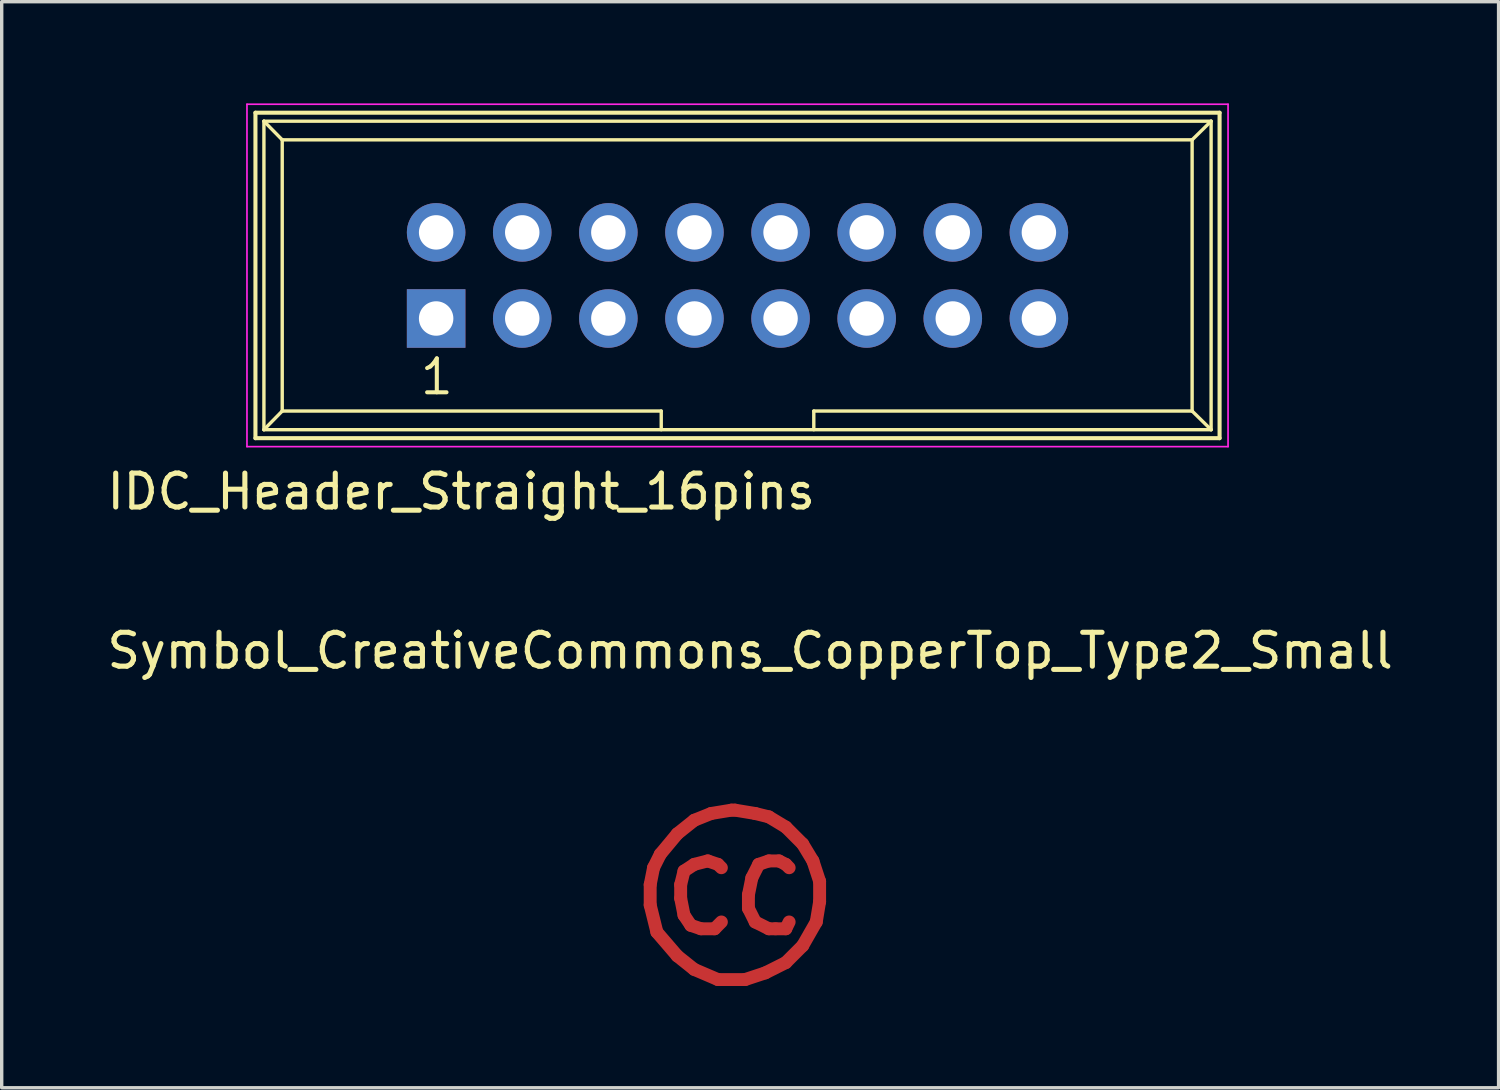
<source format=kicad_pcb>
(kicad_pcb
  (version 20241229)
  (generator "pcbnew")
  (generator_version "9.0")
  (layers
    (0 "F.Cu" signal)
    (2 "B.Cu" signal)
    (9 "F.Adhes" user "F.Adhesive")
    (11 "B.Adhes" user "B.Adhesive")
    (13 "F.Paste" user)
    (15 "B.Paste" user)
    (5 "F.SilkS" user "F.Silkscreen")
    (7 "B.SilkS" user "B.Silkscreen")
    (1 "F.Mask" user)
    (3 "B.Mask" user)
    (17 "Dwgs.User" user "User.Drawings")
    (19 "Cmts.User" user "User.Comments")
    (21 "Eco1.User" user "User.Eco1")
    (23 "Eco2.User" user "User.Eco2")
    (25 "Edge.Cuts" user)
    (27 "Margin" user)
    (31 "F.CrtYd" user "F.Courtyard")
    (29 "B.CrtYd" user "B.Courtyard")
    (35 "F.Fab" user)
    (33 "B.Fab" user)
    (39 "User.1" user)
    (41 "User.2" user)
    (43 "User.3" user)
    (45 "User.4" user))
  (footprint "IDC_Header_Straight_16pins"
    (layer "F.Cu")
    (at 9.815 6.345)
    (property "Reference" "IDC_Header_Straight_16pins" (at 0.739 5.105 0) (layer "F.SilkS") (effects (font (size 1 1) (thickness 0.15))))
    (attr through_hole)
    (fp_line (start -5.33 -6.07) (end 23.11 -6.07) (stroke (width 0.12) (type solid)) (layer "F.SilkS"))
    (fp_line (start -5.33 3.53) (end -5.33 -6.07) (stroke (width 0.12) (type solid)) (layer "F.SilkS"))
    (fp_line (start -5.08 -5.82) (end -5.08 3.28) (stroke (width 0.1) (type solid)) (layer "F.SilkS"))
    (fp_line (start -5.08 -5.82) (end -4.54 -5.27) (stroke (width 0.1) (type solid)) (layer "F.SilkS"))
    (fp_line (start -5.08 -5.82) (end 22.86 -5.82) (stroke (width 0.1) (type solid)) (layer "F.SilkS"))
    (fp_line (start -5.08 3.28) (end -4.54 2.73) (stroke (width 0.1) (type solid)) (layer "F.SilkS"))
    (fp_line (start -5.08 3.28) (end 22.86 3.28) (stroke (width 0.1) (type solid)) (layer "F.SilkS"))
    (fp_line (start -4.54 -5.27) (end -4.54 2.73) (stroke (width 0.1) (type solid)) (layer "F.SilkS"))
    (fp_line (start -4.54 -5.27) (end 22.3 -5.27) (stroke (width 0.1) (type solid)) (layer "F.SilkS"))
    (fp_line (start -4.54 2.73) (end 6.64 2.73) (stroke (width 0.1) (type solid)) (layer "F.SilkS"))
    (fp_line (start 6.64 2.73) (end 6.64 3.28) (stroke (width 0.1) (type solid)) (layer "F.SilkS"))
    (fp_line (start 11.14 2.73) (end 11.14 3.28) (stroke (width 0.1) (type solid)) (layer "F.SilkS"))
    (fp_line (start 11.14 2.73) (end 22.3 2.73) (stroke (width 0.1) (type solid)) (layer "F.SilkS"))
    (fp_line (start 22.3 -5.27) (end 22.3 2.73) (stroke (width 0.1) (type solid)) (layer "F.SilkS"))
    (fp_line (start 22.86 -5.82) (end 22.3 -5.27) (stroke (width 0.1) (type solid)) (layer "F.SilkS"))
    (fp_line (start 22.86 -5.82) (end 22.86 3.28) (stroke (width 0.1) (type solid)) (layer "F.SilkS"))
    (fp_line (start 22.86 3.28) (end 22.3 2.73) (stroke (width 0.1) (type solid)) (layer "F.SilkS"))
    (fp_line (start 23.11 -6.07) (end 23.11 3.53) (stroke (width 0.12) (type solid)) (layer "F.SilkS"))
    (fp_line (start 23.11 3.53) (end -5.33 3.53) (stroke (width 0.12) (type solid)) (layer "F.SilkS"))
    (fp_line (start -5.58 -6.32) (end 23.36 -6.32) (stroke (width 0.05) (type solid)) (layer "F.CrtYd"))
    (fp_line (start -5.58 3.78) (end -5.58 -6.32) (stroke (width 0.05) (type solid)) (layer "F.CrtYd"))
    (fp_line (start 23.36 -6.32) (end 23.36 3.78) (stroke (width 0.05) (type solid)) (layer "F.CrtYd"))
    (fp_line (start 23.36 3.78) (end -5.58 3.78) (stroke (width 0.05) (type solid)) (layer "F.CrtYd"))
    (fp_text user "1" (at 0.02 1.72 0) (layer "F.SilkS") (effects (font (size 1 1) (thickness 0.12))))
    (pad "1" thru_hole rect (at 0 0) (size 1.727 1.727) (drill 1.016) (layers "*.Cu" "*.Mask"))
    (pad "2" thru_hole oval (at 0 -2.54) (size 1.727 1.727) (drill 1.016) (layers "*.Cu" "*.Mask"))
    (pad "3" thru_hole oval (at 2.54 0) (size 1.727 1.727) (drill 1.016) (layers "*.Cu" "*.Mask"))
    (pad "4" thru_hole oval (at 2.54 -2.54) (size 1.727 1.727) (drill 1.016) (layers "*.Cu" "*.Mask"))
    (pad "5" thru_hole oval (at 5.08 0) (size 1.727 1.727) (drill 1.016) (layers "*.Cu" "*.Mask"))
    (pad "6" thru_hole oval (at 5.08 -2.54) (size 1.727 1.727) (drill 1.016) (layers "*.Cu" "*.Mask"))
    (pad "7" thru_hole oval (at 7.62 0) (size 1.727 1.727) (drill 1.016) (layers "*.Cu" "*.Mask"))
    (pad "8" thru_hole oval (at 7.62 -2.54) (size 1.727 1.727) (drill 1.016) (layers "*.Cu" "*.Mask"))
    (pad "9" thru_hole oval (at 10.16 0) (size 1.727 1.727) (drill 1.016) (layers "*.Cu" "*.Mask"))
    (pad "10" thru_hole oval (at 10.16 -2.54) (size 1.727 1.727) (drill 1.016) (layers "*.Cu" "*.Mask"))
    (pad "11" thru_hole oval (at 12.7 0) (size 1.727 1.727) (drill 1.016) (layers "*.Cu" "*.Mask"))
    (pad "12" thru_hole oval (at 12.7 -2.54) (size 1.727 1.727) (drill 1.016) (layers "*.Cu" "*.Mask"))
    (pad "13" thru_hole oval (at 15.24 0) (size 1.727 1.727) (drill 1.016) (layers "*.Cu" "*.Mask"))
    (pad "14" thru_hole oval (at 15.24 -2.54) (size 1.727 1.727) (drill 1.016) (layers "*.Cu" "*.Mask"))
    (pad "15" thru_hole oval (at 17.78 0) (size 1.727 1.727) (drill 1.016) (layers "*.Cu" "*.Mask"))
    (pad "16" thru_hole oval (at 17.78 -2.54) (size 1.727 1.727) (drill 1.016) (layers "*.Cu" "*.Mask")))
  (footprint "Symbol_CreativeCommons_CopperTop_Type2_Small"
    (layer "F.Cu")
    (at 18.478 23.446)
    (property "Reference" "Symbol_CreativeCommons_CopperTop_Type2_Small" (at 0.599 -7.3 0) (layer "F.SilkS") (effects (font (size 1 1) (thickness 0.15))))
    (attr through_hole)
    (fp_line (start -2.349 -0.4) (end -2.349 0.2) (stroke (width 0.381) (type solid)) (layer "F.Cu"))
    (fp_line (start -2.349 0.2) (end -2.151 1) (stroke (width 0.381) (type solid)) (layer "F.Cu"))
    (fp_line (start -2.25 -0.9) (end -2.349 -0.4) (stroke (width 0.381) (type solid)) (layer "F.Cu"))
    (fp_line (start -2.151 1) (end -1.549 1.701) (stroke (width 0.381) (type solid)) (layer "F.Cu"))
    (fp_line (start -2.05 -1.299) (end -2.25 -0.9) (stroke (width 0.381) (type solid)) (layer "F.Cu"))
    (fp_line (start -1.549 -1.901) (end -2.05 -1.299) (stroke (width 0.381) (type solid)) (layer "F.Cu"))
    (fp_line (start -1.549 1.701) (end -1.049 2.1) (stroke (width 0.381) (type solid)) (layer "F.Cu"))
    (fp_line (start -1.45 -0.4) (end -1.45 -0.001) (stroke (width 0.381) (type solid)) (layer "F.Cu"))
    (fp_line (start -1.45 -0.001) (end -1.351 0.499) (stroke (width 0.381) (type solid)) (layer "F.Cu"))
    (fp_line (start -1.351 -0.801) (end -1.45 -0.4) (stroke (width 0.381) (type solid)) (layer "F.Cu"))
    (fp_line (start -1.351 0.499) (end -1.15 0.799) (stroke (width 0.381) (type solid)) (layer "F.Cu"))
    (fp_line (start -1.15 0.799) (end -0.851 0.901) (stroke (width 0.381) (type solid)) (layer "F.Cu"))
    (fp_line (start -1.049 -2.3) (end -1.549 -1.901) (stroke (width 0.381) (type solid)) (layer "F.Cu"))
    (fp_line (start -1.049 -0.999) (end -1.351 -0.801) (stroke (width 0.381) (type solid)) (layer "F.Cu"))
    (fp_line (start -1.049 2.1) (end -0.35 2.399) (stroke (width 0.381) (type solid)) (layer "F.Cu"))
    (fp_line (start -0.851 0.901) (end -0.449 0.901) (stroke (width 0.381) (type solid)) (layer "F.Cu"))
    (fp_line (start -0.65 -1.101) (end -1.049 -0.999) (stroke (width 0.381) (type solid)) (layer "F.Cu"))
    (fp_line (start -0.551 -2.5) (end -1.049 -2.3) (stroke (width 0.381) (type solid)) (layer "F.Cu"))
    (fp_line (start -0.449 0.901) (end -0.249 0.7) (stroke (width 0.381) (type solid)) (layer "F.Cu"))
    (fp_line (start -0.35 -0.999) (end -0.65 -1.101) (stroke (width 0.381) (type solid)) (layer "F.Cu"))
    (fp_line (start -0.35 2.399) (end 0.45 2.399) (stroke (width 0.381) (type solid)) (layer "F.Cu"))
    (fp_line (start -0.249 -0.9) (end -0.35 -0.999) (stroke (width 0.381) (type solid)) (layer "F.Cu"))
    (fp_line (start 0.051 -2.599) (end -0.551 -2.5) (stroke (width 0.381) (type solid)) (layer "F.Cu"))
    (fp_line (start 0.15 -2.599) (end 0.051 -2.599) (stroke (width 0.381) (type solid)) (layer "F.Cu"))
    (fp_line (start 0.45 2.399) (end 1.049 2.201) (stroke (width 0.381) (type solid)) (layer "F.Cu"))
    (fp_line (start 0.549 -0.1) (end 0.549 0.299) (stroke (width 0.381) (type solid)) (layer "F.Cu"))
    (fp_line (start 0.549 0.299) (end 0.749 0.7) (stroke (width 0.381) (type solid)) (layer "F.Cu"))
    (fp_line (start 0.65 -0.6) (end 0.549 -0.1) (stroke (width 0.381) (type solid)) (layer "F.Cu"))
    (fp_line (start 0.749 -2.5) (end 0.15 -2.599) (stroke (width 0.381) (type solid)) (layer "F.Cu"))
    (fp_line (start 0.749 0.7) (end 1.151 0.901) (stroke (width 0.381) (type solid)) (layer "F.Cu"))
    (fp_line (start 0.851 -0.999) (end 0.65 -0.6) (stroke (width 0.381) (type solid)) (layer "F.Cu"))
    (fp_line (start 1.049 2.201) (end 1.651 1.899) (stroke (width 0.381) (type solid)) (layer "F.Cu"))
    (fp_line (start 1.151 -2.401) (end 0.749 -2.5) (stroke (width 0.381) (type solid)) (layer "F.Cu"))
    (fp_line (start 1.151 -1.101) (end 0.851 -0.999) (stroke (width 0.381) (type solid)) (layer "F.Cu"))
    (fp_line (start 1.151 0.901) (end 1.349 0.901) (stroke (width 0.381) (type solid)) (layer "F.Cu"))
    (fp_line (start 1.349 0.901) (end 1.651 0.901) (stroke (width 0.381) (type solid)) (layer "F.Cu"))
    (fp_line (start 1.45 -1.101) (end 1.151 -1.101) (stroke (width 0.381) (type solid)) (layer "F.Cu"))
    (fp_line (start 1.651 -2.099) (end 1.151 -2.401) (stroke (width 0.381) (type solid)) (layer "F.Cu"))
    (fp_line (start 1.651 -0.999) (end 1.45 -1.101) (stroke (width 0.381) (type solid)) (layer "F.Cu"))
    (fp_line (start 1.651 0.901) (end 1.75 0.7) (stroke (width 0.381) (type solid)) (layer "F.Cu"))
    (fp_line (start 1.651 1.899) (end 2.149 1.401) (stroke (width 0.381) (type solid)) (layer "F.Cu"))
    (fp_line (start 1.75 -0.9) (end 1.651 -0.999) (stroke (width 0.381) (type solid)) (layer "F.Cu"))
    (fp_line (start 2.149 -1.601) (end 1.651 -2.099) (stroke (width 0.381) (type solid)) (layer "F.Cu"))
    (fp_line (start 2.149 1.401) (end 2.55 0.7) (stroke (width 0.381) (type solid)) (layer "F.Cu"))
    (fp_line (start 2.451 -1.101) (end 2.149 -1.601) (stroke (width 0.381) (type solid)) (layer "F.Cu"))
    (fp_line (start 2.55 0.7) (end 2.649 0.101) (stroke (width 0.381) (type solid)) (layer "F.Cu"))
    (fp_line (start 2.649 -0.499) (end 2.451 -1.101) (stroke (width 0.381) (type solid)) (layer "F.Cu"))
    (fp_line (start 2.649 0.101) (end 2.649 -0.499) (stroke (width 0.381) (type solid)) (layer "F.Cu"))
    (fp_line (start -2.349 -0.4) (end -2.349 0.2) (stroke (width 0.381) (type solid)) (layer "F.Mask"))
    (fp_line (start -2.349 0.2) (end -2.151 1) (stroke (width 0.381) (type solid)) (layer "F.Mask"))
    (fp_line (start -2.25 -0.9) (end -2.349 -0.4) (stroke (width 0.381) (type solid)) (layer "F.Mask"))
    (fp_line (start -2.151 1) (end -1.549 1.701) (stroke (width 0.381) (type solid)) (layer "F.Mask"))
    (fp_line (start -2.05 -1.299) (end -2.25 -0.9) (stroke (width 0.381) (type solid)) (layer "F.Mask"))
    (fp_line (start -1.549 -1.901) (end -2.05 -1.299) (stroke (width 0.381) (type solid)) (layer "F.Mask"))
    (fp_line (start -1.549 1.701) (end -1.049 2.1) (stroke (width 0.381) (type solid)) (layer "F.Mask"))
    (fp_line (start -1.45 -0.4) (end -1.45 -0.001) (stroke (width 0.381) (type solid)) (layer "F.Mask"))
    (fp_line (start -1.45 -0.001) (end -1.351 0.499) (stroke (width 0.381) (type solid)) (layer "F.Mask"))
    (fp_line (start -1.351 -0.801) (end -1.45 -0.4) (stroke (width 0.381) (type solid)) (layer "F.Mask"))
    (fp_line (start -1.351 0.499) (end -1.15 0.799) (stroke (width 0.381) (type solid)) (layer "F.Mask"))
    (fp_line (start -1.15 0.799) (end -0.851 0.901) (stroke (width 0.381) (type solid)) (layer "F.Mask"))
    (fp_line (start -1.049 -2.3) (end -1.549 -1.901) (stroke (width 0.381) (type solid)) (layer "F.Mask"))
    (fp_line (start -1.049 -0.999) (end -1.351 -0.801) (stroke (width 0.381) (type solid)) (layer "F.Mask"))
    (fp_line (start -1.049 2.1) (end -0.35 2.399) (stroke (width 0.381) (type solid)) (layer "F.Mask"))
    (fp_line (start -0.851 0.901) (end -0.449 0.901) (stroke (width 0.381) (type solid)) (layer "F.Mask"))
    (fp_line (start -0.65 -1.101) (end -1.049 -0.999) (stroke (width 0.381) (type solid)) (layer "F.Mask"))
    (fp_line (start -0.551 -2.5) (end -1.049 -2.3) (stroke (width 0.381) (type solid)) (layer "F.Mask"))
    (fp_line (start -0.449 0.901) (end -0.249 0.7) (stroke (width 0.381) (type solid)) (layer "F.Mask"))
    (fp_line (start -0.35 -0.999) (end -0.65 -1.101) (stroke (width 0.381) (type solid)) (layer "F.Mask"))
    (fp_line (start -0.35 2.399) (end 0.45 2.399) (stroke (width 0.381) (type solid)) (layer "F.Mask"))
    (fp_line (start -0.249 -0.9) (end -0.35 -0.999) (stroke (width 0.381) (type solid)) (layer "F.Mask"))
    (fp_line (start 0.051 -2.599) (end -0.551 -2.5) (stroke (width 0.381) (type solid)) (layer "F.Mask"))
    (fp_line (start 0.15 -2.599) (end 0.051 -2.599) (stroke (width 0.381) (type solid)) (layer "F.Mask"))
    (fp_line (start 0.45 2.399) (end 1.049 2.201) (stroke (width 0.381) (type solid)) (layer "F.Mask"))
    (fp_line (start 0.549 -0.1) (end 0.549 0.299) (stroke (width 0.381) (type solid)) (layer "F.Mask"))
    (fp_line (start 0.549 0.299) (end 0.749 0.7) (stroke (width 0.381) (type solid)) (layer "F.Mask"))
    (fp_line (start 0.65 -0.6) (end 0.549 -0.1) (stroke (width 0.381) (type solid)) (layer "F.Mask"))
    (fp_line (start 0.749 -2.5) (end 0.15 -2.599) (stroke (width 0.381) (type solid)) (layer "F.Mask"))
    (fp_line (start 0.749 0.7) (end 1.151 0.901) (stroke (width 0.381) (type solid)) (layer "F.Mask"))
    (fp_line (start 0.851 -0.999) (end 0.65 -0.6) (stroke (width 0.381) (type solid)) (layer "F.Mask"))
    (fp_line (start 1.049 2.201) (end 1.651 1.899) (stroke (width 0.381) (type solid)) (layer "F.Mask"))
    (fp_line (start 1.151 -2.401) (end 0.749 -2.5) (stroke (width 0.381) (type solid)) (layer "F.Mask"))
    (fp_line (start 1.151 -1.101) (end 0.851 -0.999) (stroke (width 0.381) (type solid)) (layer "F.Mask"))
    (fp_line (start 1.151 0.901) (end 1.349 0.901) (stroke (width 0.381) (type solid)) (layer "F.Mask"))
    (fp_line (start 1.349 0.901) (end 1.651 0.901) (stroke (width 0.381) (type solid)) (layer "F.Mask"))
    (fp_line (start 1.45 -1.101) (end 1.151 -1.101) (stroke (width 0.381) (type solid)) (layer "F.Mask"))
    (fp_line (start 1.651 -2.099) (end 1.151 -2.401) (stroke (width 0.381) (type solid)) (layer "F.Mask"))
    (fp_line (start 1.651 -0.999) (end 1.45 -1.101) (stroke (width 0.381) (type solid)) (layer "F.Mask"))
    (fp_line (start 1.651 0.901) (end 1.75 0.7) (stroke (width 0.381) (type solid)) (layer "F.Mask"))
    (fp_line (start 1.651 1.899) (end 2.149 1.401) (stroke (width 0.381) (type solid)) (layer "F.Mask"))
    (fp_line (start 1.75 -0.9) (end 1.651 -0.999) (stroke (width 0.381) (type solid)) (layer "F.Mask"))
    (fp_line (start 2.149 -1.601) (end 1.651 -2.099) (stroke (width 0.381) (type solid)) (layer "F.Mask"))
    (fp_line (start 2.149 1.401) (end 2.55 0.7) (stroke (width 0.381) (type solid)) (layer "F.Mask"))
    (fp_line (start 2.451 -1.101) (end 2.149 -1.601) (stroke (width 0.381) (type solid)) (layer "F.Mask"))
    (fp_line (start 2.55 0.7) (end 2.649 0.101) (stroke (width 0.381) (type solid)) (layer "F.Mask"))
    (fp_line (start 2.649 -0.499) (end 2.451 -1.101) (stroke (width 0.381) (type solid)) (layer "F.Mask"))
    (fp_line (start 2.649 0.101) (end 2.649 -0.499) (stroke (width 0.381) (type solid)) (layer "F.Mask")))
  (gr_rect
    (start -3 -3)
    (end 41.155 29.036)
    (stroke (width 0.1) (type default))
    (fill no)
    (layer "Edge.Cuts")))
</source>
